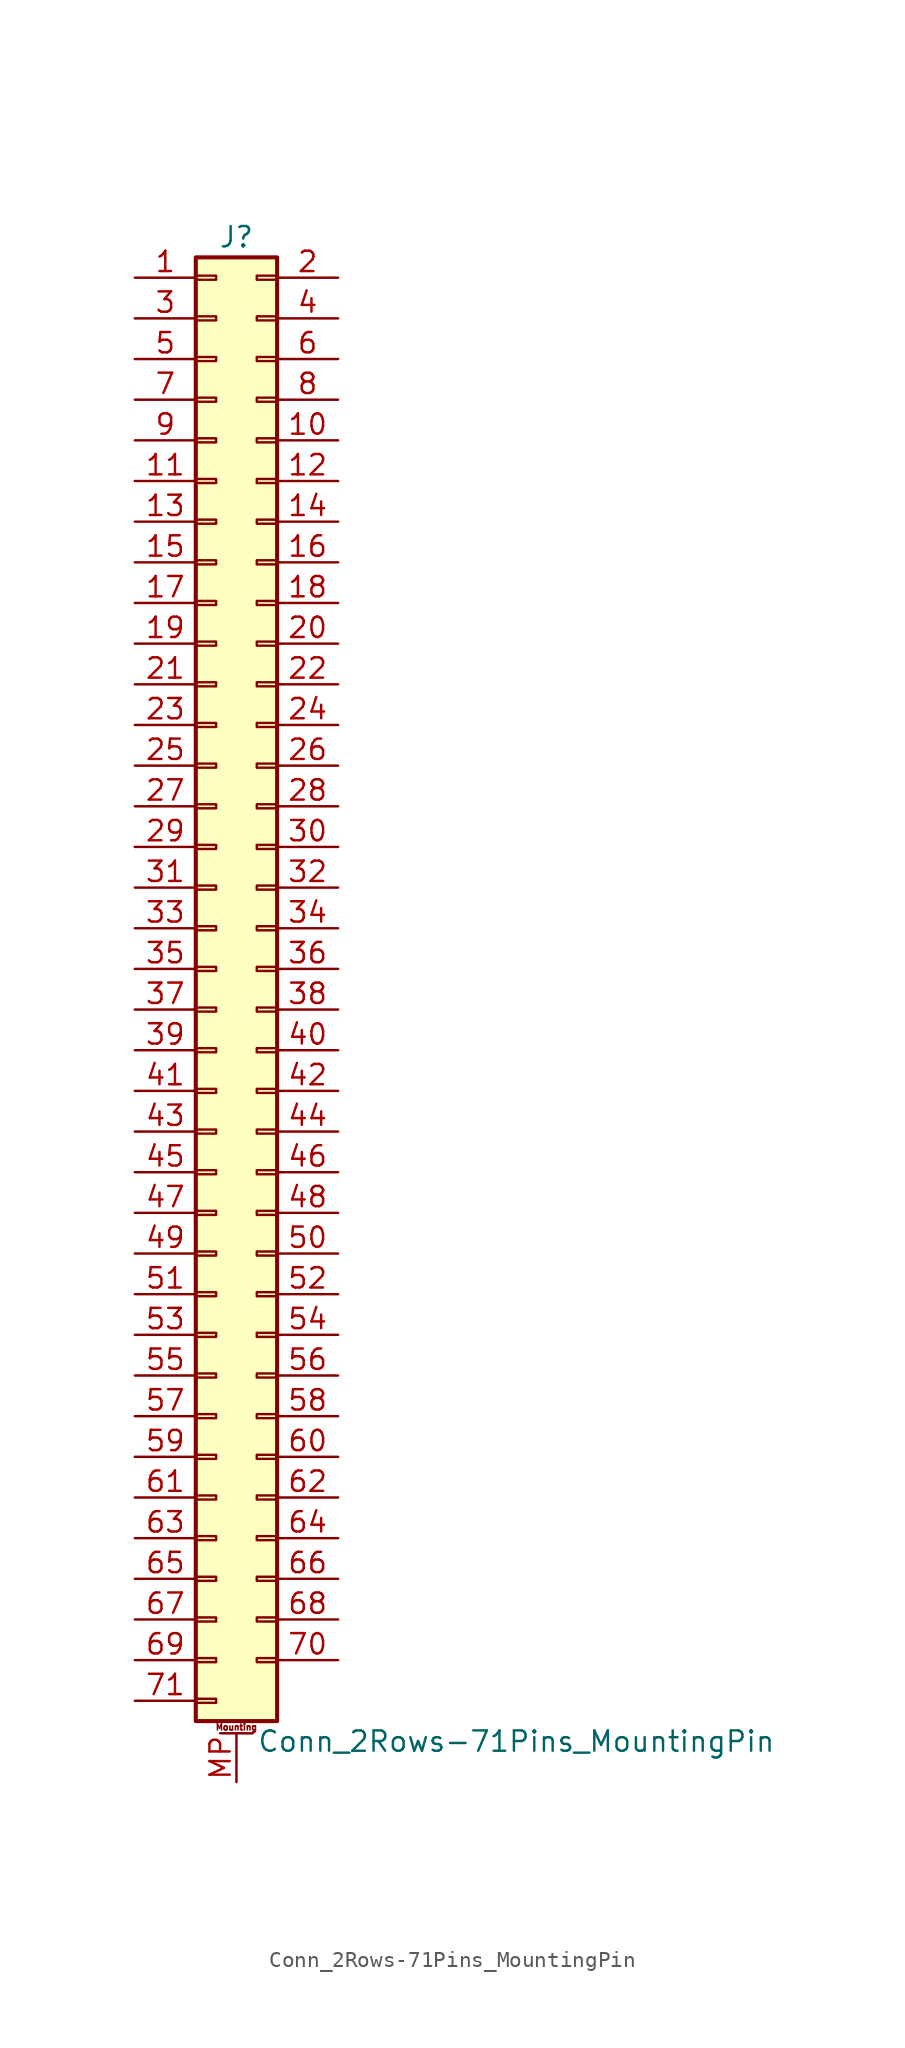
<source format=kicad_sym>
(kicad_symbol_lib
  (version 20201005)
  (generator kicad_symbol_editor)
  (symbol "Connector_Generic_MountingPin:Conn_2Rows-71Pins_MountingPin"
    (pin_names
      (offset 1.016) hide)
    (property "Reference" "J"
      (at 1.27 45.72 0)
      (effects (font (size 1.27 1.27))))
    (property "Value" "Conn_2Rows-71Pins_MountingPin"
      (at 2.54 -48.26 0)
      (effects (font (size 1.27 1.27)) (justify left)))
    (symbol "Conn_2Rows-71Pins_MountingPin_1_1"
      (text "Mounting" (at 1.27 -47.371 0) (effects (font (size 0.381 0.381))))
      (rectangle (start -1.27 -27.813) (end 0 -28.067) (stroke (width 0.152)) (fill (type none)))
      (rectangle (start -1.27 -30.353) (end 0 -30.607) (stroke (width 0.152)) (fill (type none)))
      (rectangle (start -1.27 -32.893) (end 0 -33.147) (stroke (width 0.152)) (fill (type none)))
      (rectangle (start -1.27 -35.433) (end 0 -35.687) (stroke (width 0.152)) (fill (type none)))
      (rectangle (start -1.27 -37.973) (end 0 -38.227) (stroke (width 0.152)) (fill (type none)))
      (rectangle (start -1.27 -40.513) (end 0 -40.767) (stroke (width 0.152)) (fill (type none)))
      (rectangle (start -1.27 -43.053) (end 0 -43.307) (stroke (width 0.152)) (fill (type none)))
      (rectangle (start -1.27 -45.593) (end 0 -45.847) (stroke (width 0.152)) (fill (type none)))
      (rectangle (start -1.27 -4.953) (end 0 -5.207) (stroke (width 0.152)) (fill (type none)))
      (rectangle (start -1.27 -7.493) (end 0 -7.747) (stroke (width 0.152)) (fill (type none)))
      (rectangle (start -1.27 -10.033) (end 0 -10.287) (stroke (width 0.152)) (fill (type none)))
      (rectangle (start -1.27 -12.573) (end 0 -12.827) (stroke (width 0.152)) (fill (type none)))
      (rectangle (start -1.27 -15.113) (end 0 -15.367) (stroke (width 0.152)) (fill (type none)))
      (rectangle (start -1.27 -17.653) (end 0 -17.907) (stroke (width 0.152)) (fill (type none)))
      (rectangle (start -1.27 -20.193) (end 0 -20.447) (stroke (width 0.152)) (fill (type none)))
      (rectangle (start -1.27 -22.733) (end 0 -22.987) (stroke (width 0.152)) (fill (type none)))
      (rectangle (start -1.27 -2.413) (end 0 -2.667) (stroke (width 0.152)) (fill (type none)))
      (rectangle (start -1.27 -25.273) (end 0 -25.527) (stroke (width 0.152)) (fill (type none)))
      (rectangle (start -1.27 25.527) (end 0 25.273) (stroke (width 0.152)) (fill (type none)))
      (rectangle (start -1.27 2.667) (end 0 2.413) (stroke (width 0.152)) (fill (type none)))
      (rectangle (start -1.27 28.067) (end 0 27.813) (stroke (width 0.152)) (fill (type none)))
      (rectangle (start -1.27 30.607) (end 0 30.353) (stroke (width 0.152)) (fill (type none)))
      (rectangle (start -1.27 33.147) (end 0 32.893) (stroke (width 0.152)) (fill (type none)))
      (rectangle (start -1.27 35.687) (end 0 35.433) (stroke (width 0.152)) (fill (type none)))
      (rectangle (start -1.27 38.227) (end 0 37.973) (stroke (width 0.152)) (fill (type none)))
      (rectangle (start -1.27 40.767) (end 0 40.513) (stroke (width 0.152)) (fill (type none)))
      (rectangle (start -1.27 43.307) (end 0 43.053) (stroke (width 0.152)) (fill (type none)))
      (rectangle (start -1.27 44.45) (end 3.81 -46.99) (stroke (width 0.254)) (fill (type background)))
      (rectangle (start -1.27 5.207) (end 0 4.953) (stroke (width 0.152)) (fill (type none)))
      (rectangle (start -1.27 7.747) (end 0 7.493) (stroke (width 0.152)) (fill (type none)))
      (rectangle (start -1.27 10.287) (end 0 10.033) (stroke (width 0.152)) (fill (type none)))
      (rectangle (start -1.27 0.127) (end 0 -0.127) (stroke (width 0.152)) (fill (type none)))
      (rectangle (start -1.27 12.827) (end 0 12.573) (stroke (width 0.152)) (fill (type none)))
      (rectangle (start -1.27 15.367) (end 0 15.113) (stroke (width 0.152)) (fill (type none)))
      (rectangle (start -1.27 17.907) (end 0 17.653) (stroke (width 0.152)) (fill (type none)))
      (rectangle (start -1.27 20.447) (end 0 20.193) (stroke (width 0.152)) (fill (type none)))
      (rectangle (start -1.27 22.987) (end 0 22.733) (stroke (width 0.152)) (fill (type none)))
      (rectangle (start 3.81 -27.813) (end 2.54 -28.067) (stroke (width 0.152)) (fill (type none)))
      (rectangle (start 3.81 -30.353) (end 2.54 -30.607) (stroke (width 0.152)) (fill (type none)))
      (rectangle (start 3.81 -32.893) (end 2.54 -33.147) (stroke (width 0.152)) (fill (type none)))
      (rectangle (start 3.81 -35.433) (end 2.54 -35.687) (stroke (width 0.152)) (fill (type none)))
      (rectangle (start 3.81 -37.973) (end 2.54 -38.227) (stroke (width 0.152)) (fill (type none)))
      (rectangle (start 3.81 -40.513) (end 2.54 -40.767) (stroke (width 0.152)) (fill (type none)))
      (rectangle (start 3.81 -43.053) (end 2.54 -43.307) (stroke (width 0.152)) (fill (type none)))
      (rectangle (start 3.81 -4.953) (end 2.54 -5.207) (stroke (width 0.152)) (fill (type none)))
      (rectangle (start 3.81 -7.493) (end 2.54 -7.747) (stroke (width 0.152)) (fill (type none)))
      (rectangle (start 3.81 -10.033) (end 2.54 -10.287) (stroke (width 0.152)) (fill (type none)))
      (rectangle (start 3.81 -12.573) (end 2.54 -12.827) (stroke (width 0.152)) (fill (type none)))
      (rectangle (start 3.81 -15.113) (end 2.54 -15.367) (stroke (width 0.152)) (fill (type none)))
      (rectangle (start 3.81 -17.653) (end 2.54 -17.907) (stroke (width 0.152)) (fill (type none)))
      (rectangle (start 3.81 -20.193) (end 2.54 -20.447) (stroke (width 0.152)) (fill (type none)))
      (rectangle (start 3.81 -22.733) (end 2.54 -22.987) (stroke (width 0.152)) (fill (type none)))
      (rectangle (start 3.81 -2.413) (end 2.54 -2.667) (stroke (width 0.152)) (fill (type none)))
      (rectangle (start 3.81 -25.273) (end 2.54 -25.527) (stroke (width 0.152)) (fill (type none)))
      (rectangle (start 3.81 25.527) (end 2.54 25.273) (stroke (width 0.152)) (fill (type none)))
      (rectangle (start 3.81 2.667) (end 2.54 2.413) (stroke (width 0.152)) (fill (type none)))
      (rectangle (start 3.81 28.067) (end 2.54 27.813) (stroke (width 0.152)) (fill (type none)))
      (rectangle (start 3.81 30.607) (end 2.54 30.353) (stroke (width 0.152)) (fill (type none)))
      (rectangle (start 3.81 33.147) (end 2.54 32.893) (stroke (width 0.152)) (fill (type none)))
      (rectangle (start 3.81 35.687) (end 2.54 35.433) (stroke (width 0.152)) (fill (type none)))
      (rectangle (start 3.81 38.227) (end 2.54 37.973) (stroke (width 0.152)) (fill (type none)))
      (rectangle (start 3.81 40.767) (end 2.54 40.513) (stroke (width 0.152)) (fill (type none)))
      (rectangle (start 3.81 43.307) (end 2.54 43.053) (stroke (width 0.152)) (fill (type none)))
      (rectangle (start 3.81 5.207) (end 2.54 4.953) (stroke (width 0.152)) (fill (type none)))
      (rectangle (start 3.81 7.747) (end 2.54 7.493) (stroke (width 0.152)) (fill (type none)))
      (rectangle (start 3.81 10.287) (end 2.54 10.033) (stroke (width 0.152)) (fill (type none)))
      (rectangle (start 3.81 0.127) (end 2.54 -0.127) (stroke (width 0.152)) (fill (type none)))
      (rectangle (start 3.81 12.827) (end 2.54 12.573) (stroke (width 0.152)) (fill (type none)))
      (rectangle (start 3.81 15.367) (end 2.54 15.113) (stroke (width 0.152)) (fill (type none)))
      (rectangle (start 3.81 17.907) (end 2.54 17.653) (stroke (width 0.152)) (fill (type none)))
      (rectangle (start 3.81 20.447) (end 2.54 20.193) (stroke (width 0.152)) (fill (type none)))
      (rectangle (start 3.81 22.987) (end 2.54 22.733) (stroke (width 0.152)) (fill (type none)))
      (polyline (pts (xy 0.254 -47.752) (xy 2.286 -47.752)) (stroke (width 0.152)) (fill (type none)))
      (pin passive line (at 1.27 -50.8 90) (length 3.048) (name "MountPin" (effects (font (size 1.27 1.27)))) (number "MP" (effects (font (size 1.27 1.27)))))
      (pin passive line (at -5.08 43.18 0) (length 3.81) (name "Pin_1" (effects (font (size 1.27 1.27)))) (number "1" (effects (font (size 1.27 1.27)))))
      (pin passive line (at 7.62 33.02 180) (length 3.81) (name "Pin_10" (effects (font (size 1.27 1.27)))) (number "10" (effects (font (size 1.27 1.27)))))
      (pin passive line (at -5.08 30.48 0) (length 3.81) (name "Pin_11" (effects (font (size 1.27 1.27)))) (number "11" (effects (font (size 1.27 1.27)))))
      (pin passive line (at 7.62 30.48 180) (length 3.81) (name "Pin_12" (effects (font (size 1.27 1.27)))) (number "12" (effects (font (size 1.27 1.27)))))
      (pin passive line (at -5.08 27.94 0) (length 3.81) (name "Pin_13" (effects (font (size 1.27 1.27)))) (number "13" (effects (font (size 1.27 1.27)))))
      (pin passive line (at 7.62 27.94 180) (length 3.81) (name "Pin_14" (effects (font (size 1.27 1.27)))) (number "14" (effects (font (size 1.27 1.27)))))
      (pin passive line (at -5.08 25.4 0) (length 3.81) (name "Pin_15" (effects (font (size 1.27 1.27)))) (number "15" (effects (font (size 1.27 1.27)))))
      (pin passive line (at 7.62 25.4 180) (length 3.81) (name "Pin_16" (effects (font (size 1.27 1.27)))) (number "16" (effects (font (size 1.27 1.27)))))
      (pin passive line (at -5.08 22.86 0) (length 3.81) (name "Pin_17" (effects (font (size 1.27 1.27)))) (number "17" (effects (font (size 1.27 1.27)))))
      (pin passive line (at 7.62 22.86 180) (length 3.81) (name "Pin_18" (effects (font (size 1.27 1.27)))) (number "18" (effects (font (size 1.27 1.27)))))
      (pin passive line (at -5.08 20.32 0) (length 3.81) (name "Pin_19" (effects (font (size 1.27 1.27)))) (number "19" (effects (font (size 1.27 1.27)))))
      (pin passive line (at 7.62 43.18 180) (length 3.81) (name "Pin_2" (effects (font (size 1.27 1.27)))) (number "2" (effects (font (size 1.27 1.27)))))
      (pin passive line (at 7.62 20.32 180) (length 3.81) (name "Pin_20" (effects (font (size 1.27 1.27)))) (number "20" (effects (font (size 1.27 1.27)))))
      (pin passive line (at -5.08 17.78 0) (length 3.81) (name "Pin_21" (effects (font (size 1.27 1.27)))) (number "21" (effects (font (size 1.27 1.27)))))
      (pin passive line (at 7.62 17.78 180) (length 3.81) (name "Pin_22" (effects (font (size 1.27 1.27)))) (number "22" (effects (font (size 1.27 1.27)))))
      (pin passive line (at -5.08 15.24 0) (length 3.81) (name "Pin_23" (effects (font (size 1.27 1.27)))) (number "23" (effects (font (size 1.27 1.27)))))
      (pin passive line (at 7.62 15.24 180) (length 3.81) (name "Pin_24" (effects (font (size 1.27 1.27)))) (number "24" (effects (font (size 1.27 1.27)))))
      (pin passive line (at -5.08 12.7 0) (length 3.81) (name "Pin_25" (effects (font (size 1.27 1.27)))) (number "25" (effects (font (size 1.27 1.27)))))
      (pin passive line (at 7.62 12.7 180) (length 3.81) (name "Pin_26" (effects (font (size 1.27 1.27)))) (number "26" (effects (font (size 1.27 1.27)))))
      (pin passive line (at -5.08 10.16 0) (length 3.81) (name "Pin_27" (effects (font (size 1.27 1.27)))) (number "27" (effects (font (size 1.27 1.27)))))
      (pin passive line (at 7.62 10.16 180) (length 3.81) (name "Pin_28" (effects (font (size 1.27 1.27)))) (number "28" (effects (font (size 1.27 1.27)))))
      (pin passive line (at -5.08 7.62 0) (length 3.81) (name "Pin_29" (effects (font (size 1.27 1.27)))) (number "29" (effects (font (size 1.27 1.27)))))
      (pin passive line (at -5.08 40.64 0) (length 3.81) (name "Pin_3" (effects (font (size 1.27 1.27)))) (number "3" (effects (font (size 1.27 1.27)))))
      (pin passive line (at 7.62 7.62 180) (length 3.81) (name "Pin_30" (effects (font (size 1.27 1.27)))) (number "30" (effects (font (size 1.27 1.27)))))
      (pin passive line (at -5.08 5.08 0) (length 3.81) (name "Pin_31" (effects (font (size 1.27 1.27)))) (number "31" (effects (font (size 1.27 1.27)))))
      (pin passive line (at 7.62 5.08 180) (length 3.81) (name "Pin_32" (effects (font (size 1.27 1.27)))) (number "32" (effects (font (size 1.27 1.27)))))
      (pin passive line (at -5.08 2.54 0) (length 3.81) (name "Pin_33" (effects (font (size 1.27 1.27)))) (number "33" (effects (font (size 1.27 1.27)))))
      (pin passive line (at 7.62 2.54 180) (length 3.81) (name "Pin_34" (effects (font (size 1.27 1.27)))) (number "34" (effects (font (size 1.27 1.27)))))
      (pin passive line (at -5.08 0 0) (length 3.81) (name "Pin_35" (effects (font (size 1.27 1.27)))) (number "35" (effects (font (size 1.27 1.27)))))
      (pin passive line (at 7.62 0 180) (length 3.81) (name "Pin_36" (effects (font (size 1.27 1.27)))) (number "36" (effects (font (size 1.27 1.27)))))
      (pin passive line (at -5.08 -2.54 0) (length 3.81) (name "Pin_37" (effects (font (size 1.27 1.27)))) (number "37" (effects (font (size 1.27 1.27)))))
      (pin passive line (at 7.62 -2.54 180) (length 3.81) (name "Pin_38" (effects (font (size 1.27 1.27)))) (number "38" (effects (font (size 1.27 1.27)))))
      (pin passive line (at -5.08 -5.08 0) (length 3.81) (name "Pin_39" (effects (font (size 1.27 1.27)))) (number "39" (effects (font (size 1.27 1.27)))))
      (pin passive line (at 7.62 40.64 180) (length 3.81) (name "Pin_4" (effects (font (size 1.27 1.27)))) (number "4" (effects (font (size 1.27 1.27)))))
      (pin passive line (at 7.62 -5.08 180) (length 3.81) (name "Pin_40" (effects (font (size 1.27 1.27)))) (number "40" (effects (font (size 1.27 1.27)))))
      (pin passive line (at -5.08 -7.62 0) (length 3.81) (name "Pin_41" (effects (font (size 1.27 1.27)))) (number "41" (effects (font (size 1.27 1.27)))))
      (pin passive line (at 7.62 -7.62 180) (length 3.81) (name "Pin_42" (effects (font (size 1.27 1.27)))) (number "42" (effects (font (size 1.27 1.27)))))
      (pin passive line (at -5.08 -10.16 0) (length 3.81) (name "Pin_43" (effects (font (size 1.27 1.27)))) (number "43" (effects (font (size 1.27 1.27)))))
      (pin passive line (at 7.62 -10.16 180) (length 3.81) (name "Pin_44" (effects (font (size 1.27 1.27)))) (number "44" (effects (font (size 1.27 1.27)))))
      (pin passive line (at -5.08 -12.7 0) (length 3.81) (name "Pin_45" (effects (font (size 1.27 1.27)))) (number "45" (effects (font (size 1.27 1.27)))))
      (pin passive line (at 7.62 -12.7 180) (length 3.81) (name "Pin_46" (effects (font (size 1.27 1.27)))) (number "46" (effects (font (size 1.27 1.27)))))
      (pin passive line (at -5.08 -15.24 0) (length 3.81) (name "Pin_47" (effects (font (size 1.27 1.27)))) (number "47" (effects (font (size 1.27 1.27)))))
      (pin passive line (at 7.62 -15.24 180) (length 3.81) (name "Pin_48" (effects (font (size 1.27 1.27)))) (number "48" (effects (font (size 1.27 1.27)))))
      (pin passive line (at -5.08 -17.78 0) (length 3.81) (name "Pin_49" (effects (font (size 1.27 1.27)))) (number "49" (effects (font (size 1.27 1.27)))))
      (pin passive line (at -5.08 38.1 0) (length 3.81) (name "Pin_5" (effects (font (size 1.27 1.27)))) (number "5" (effects (font (size 1.27 1.27)))))
      (pin passive line (at 7.62 -17.78 180) (length 3.81) (name "Pin_50" (effects (font (size 1.27 1.27)))) (number "50" (effects (font (size 1.27 1.27)))))
      (pin passive line (at -5.08 -20.32 0) (length 3.81) (name "Pin_51" (effects (font (size 1.27 1.27)))) (number "51" (effects (font (size 1.27 1.27)))))
      (pin passive line (at 7.62 -20.32 180) (length 3.81) (name "Pin_52" (effects (font (size 1.27 1.27)))) (number "52" (effects (font (size 1.27 1.27)))))
      (pin passive line (at -5.08 -22.86 0) (length 3.81) (name "Pin_53" (effects (font (size 1.27 1.27)))) (number "53" (effects (font (size 1.27 1.27)))))
      (pin passive line (at 7.62 -22.86 180) (length 3.81) (name "Pin_54" (effects (font (size 1.27 1.27)))) (number "54" (effects (font (size 1.27 1.27)))))
      (pin passive line (at -5.08 -25.4 0) (length 3.81) (name "Pin_55" (effects (font (size 1.27 1.27)))) (number "55" (effects (font (size 1.27 1.27)))))
      (pin passive line (at 7.62 -25.4 180) (length 3.81) (name "Pin_56" (effects (font (size 1.27 1.27)))) (number "56" (effects (font (size 1.27 1.27)))))
      (pin passive line (at -5.08 -27.94 0) (length 3.81) (name "Pin_57" (effects (font (size 1.27 1.27)))) (number "57" (effects (font (size 1.27 1.27)))))
      (pin passive line (at 7.62 -27.94 180) (length 3.81) (name "Pin_58" (effects (font (size 1.27 1.27)))) (number "58" (effects (font (size 1.27 1.27)))))
      (pin passive line (at -5.08 -30.48 0) (length 3.81) (name "Pin_59" (effects (font (size 1.27 1.27)))) (number "59" (effects (font (size 1.27 1.27)))))
      (pin passive line (at 7.62 38.1 180) (length 3.81) (name "Pin_6" (effects (font (size 1.27 1.27)))) (number "6" (effects (font (size 1.27 1.27)))))
      (pin passive line (at 7.62 -30.48 180) (length 3.81) (name "Pin_60" (effects (font (size 1.27 1.27)))) (number "60" (effects (font (size 1.27 1.27)))))
      (pin passive line (at -5.08 -33.02 0) (length 3.81) (name "Pin_61" (effects (font (size 1.27 1.27)))) (number "61" (effects (font (size 1.27 1.27)))))
      (pin passive line (at 7.62 -33.02 180) (length 3.81) (name "Pin_62" (effects (font (size 1.27 1.27)))) (number "62" (effects (font (size 1.27 1.27)))))
      (pin passive line (at -5.08 -35.56 0) (length 3.81) (name "Pin_63" (effects (font (size 1.27 1.27)))) (number "63" (effects (font (size 1.27 1.27)))))
      (pin passive line (at 7.62 -35.56 180) (length 3.81) (name "Pin_64" (effects (font (size 1.27 1.27)))) (number "64" (effects (font (size 1.27 1.27)))))
      (pin passive line (at -5.08 -38.1 0) (length 3.81) (name "Pin_65" (effects (font (size 1.27 1.27)))) (number "65" (effects (font (size 1.27 1.27)))))
      (pin passive line (at 7.62 -38.1 180) (length 3.81) (name "Pin_66" (effects (font (size 1.27 1.27)))) (number "66" (effects (font (size 1.27 1.27)))))
      (pin passive line (at -5.08 -40.64 0) (length 3.81) (name "Pin_67" (effects (font (size 1.27 1.27)))) (number "67" (effects (font (size 1.27 1.27)))))
      (pin passive line (at 7.62 -40.64 180) (length 3.81) (name "Pin_68" (effects (font (size 1.27 1.27)))) (number "68" (effects (font (size 1.27 1.27)))))
      (pin passive line (at -5.08 -43.18 0) (length 3.81) (name "Pin_69" (effects (font (size 1.27 1.27)))) (number "69" (effects (font (size 1.27 1.27)))))
      (pin passive line (at -5.08 35.56 0) (length 3.81) (name "Pin_7" (effects (font (size 1.27 1.27)))) (number "7" (effects (font (size 1.27 1.27)))))
      (pin passive line (at 7.62 -43.18 180) (length 3.81) (name "Pin_70" (effects (font (size 1.27 1.27)))) (number "70" (effects (font (size 1.27 1.27)))))
      (pin passive line (at -5.08 -45.72 0) (length 3.81) (name "Pin_71" (effects (font (size 1.27 1.27)))) (number "71" (effects (font (size 1.27 1.27)))))
      (pin passive line (at 7.62 35.56 180) (length 3.81) (name "Pin_8" (effects (font (size 1.27 1.27)))) (number "8" (effects (font (size 1.27 1.27)))))
      (pin passive line (at -5.08 33.02 0) (length 3.81) (name "Pin_9" (effects (font (size 1.27 1.27)))) (number "9" (effects (font (size 1.27 1.27))))))))
</source>
